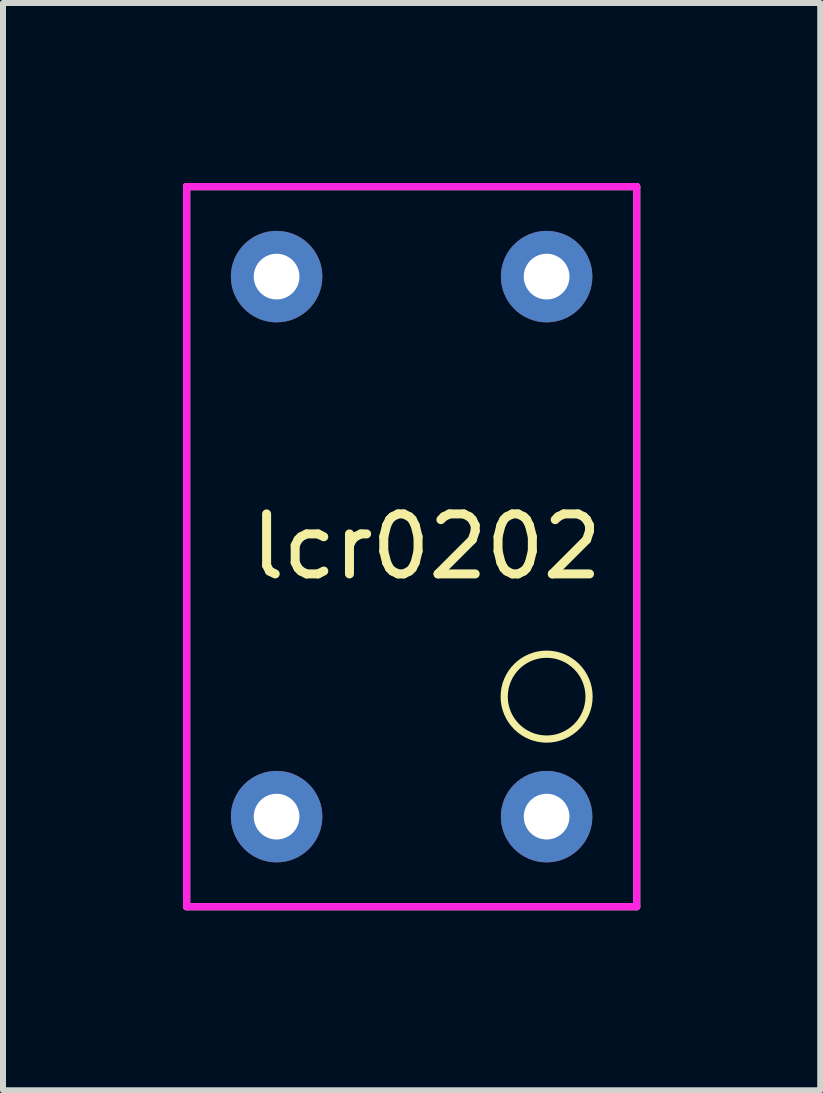
<source format=kicad_pcb>
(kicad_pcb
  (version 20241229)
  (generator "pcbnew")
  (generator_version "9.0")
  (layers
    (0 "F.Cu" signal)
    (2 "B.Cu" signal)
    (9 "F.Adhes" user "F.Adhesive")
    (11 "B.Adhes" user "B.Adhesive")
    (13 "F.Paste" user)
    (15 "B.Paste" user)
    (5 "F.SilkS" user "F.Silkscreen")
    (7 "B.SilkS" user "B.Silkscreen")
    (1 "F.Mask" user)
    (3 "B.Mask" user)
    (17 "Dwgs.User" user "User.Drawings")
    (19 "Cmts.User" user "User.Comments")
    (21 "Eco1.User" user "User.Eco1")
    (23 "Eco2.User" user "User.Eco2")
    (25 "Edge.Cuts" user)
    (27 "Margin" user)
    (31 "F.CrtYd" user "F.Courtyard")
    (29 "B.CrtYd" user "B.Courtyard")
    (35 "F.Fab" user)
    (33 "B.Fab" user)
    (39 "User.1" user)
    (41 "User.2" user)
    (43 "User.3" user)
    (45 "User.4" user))
  (footprint "lcr0202"
    (layer "F.Cu")
    (at 1.56 10.56)
    (property "Reference" "lcr0202" (at 2.5 -4.5 0) (layer "F.SilkS") (effects (font (size 1 1) (thickness 0.15))))
    (attr through_hole)
    (fp_line (start -1.5 -10.5) (end -1.5 1.5) (stroke (width 0.12) (type solid)) (layer "F.SilkS"))
    (fp_line (start -1.5 1.5) (end 6 1.5) (stroke (width 0.12) (type solid)) (layer "F.SilkS"))
    (fp_line (start 6 -10.5) (end -1.5 -10.5) (stroke (width 0.12) (type solid)) (layer "F.SilkS"))
    (fp_line (start 6 1.5) (end 6 -10.5) (stroke (width 0.12) (type solid)) (layer "F.SilkS"))
    (fp_circle (center 4.5 -2) (end 5 -1.5) (stroke (width 0.12) (type solid)) (fill no) (layer "F.SilkS"))
    (fp_line (start -1.5 -10.5) (end -1.5 1.5) (stroke (width 0.12) (type solid)) (layer "F.CrtYd"))
    (fp_line (start -1.5 1.5) (end 6 1.5) (stroke (width 0.12) (type solid)) (layer "F.CrtYd"))
    (fp_line (start 6 -10.5) (end -1.5 -10.5) (stroke (width 0.12) (type solid)) (layer "F.CrtYd"))
    (fp_line (start 6 1.5) (end 6 -10.5) (stroke (width 0.12) (type solid)) (layer "F.CrtYd"))
    (pad "1" thru_hole circle (at 0 0) (size 1.524 1.524) (drill 0.762) (layers "*.Cu" "*.Mask"))
    (pad "2" thru_hole circle (at 4.5 0) (size 1.524 1.524) (drill 0.762) (layers "*.Cu" "*.Mask"))
    (pad "3" thru_hole circle (at 4.5 -9) (size 1.524 1.524) (drill 0.762) (layers "*.Cu" "*.Mask"))
    (pad "4" thru_hole circle (at 0 -9) (size 1.524 1.524) (drill 0.762) (layers "*.Cu" "*.Mask")))
  (gr_rect
    (start -3 -3)
    (end 10.62 15.12)
    (stroke (width 0.1) (type default))
    (fill no)
    (layer "Edge.Cuts")))
</source>
